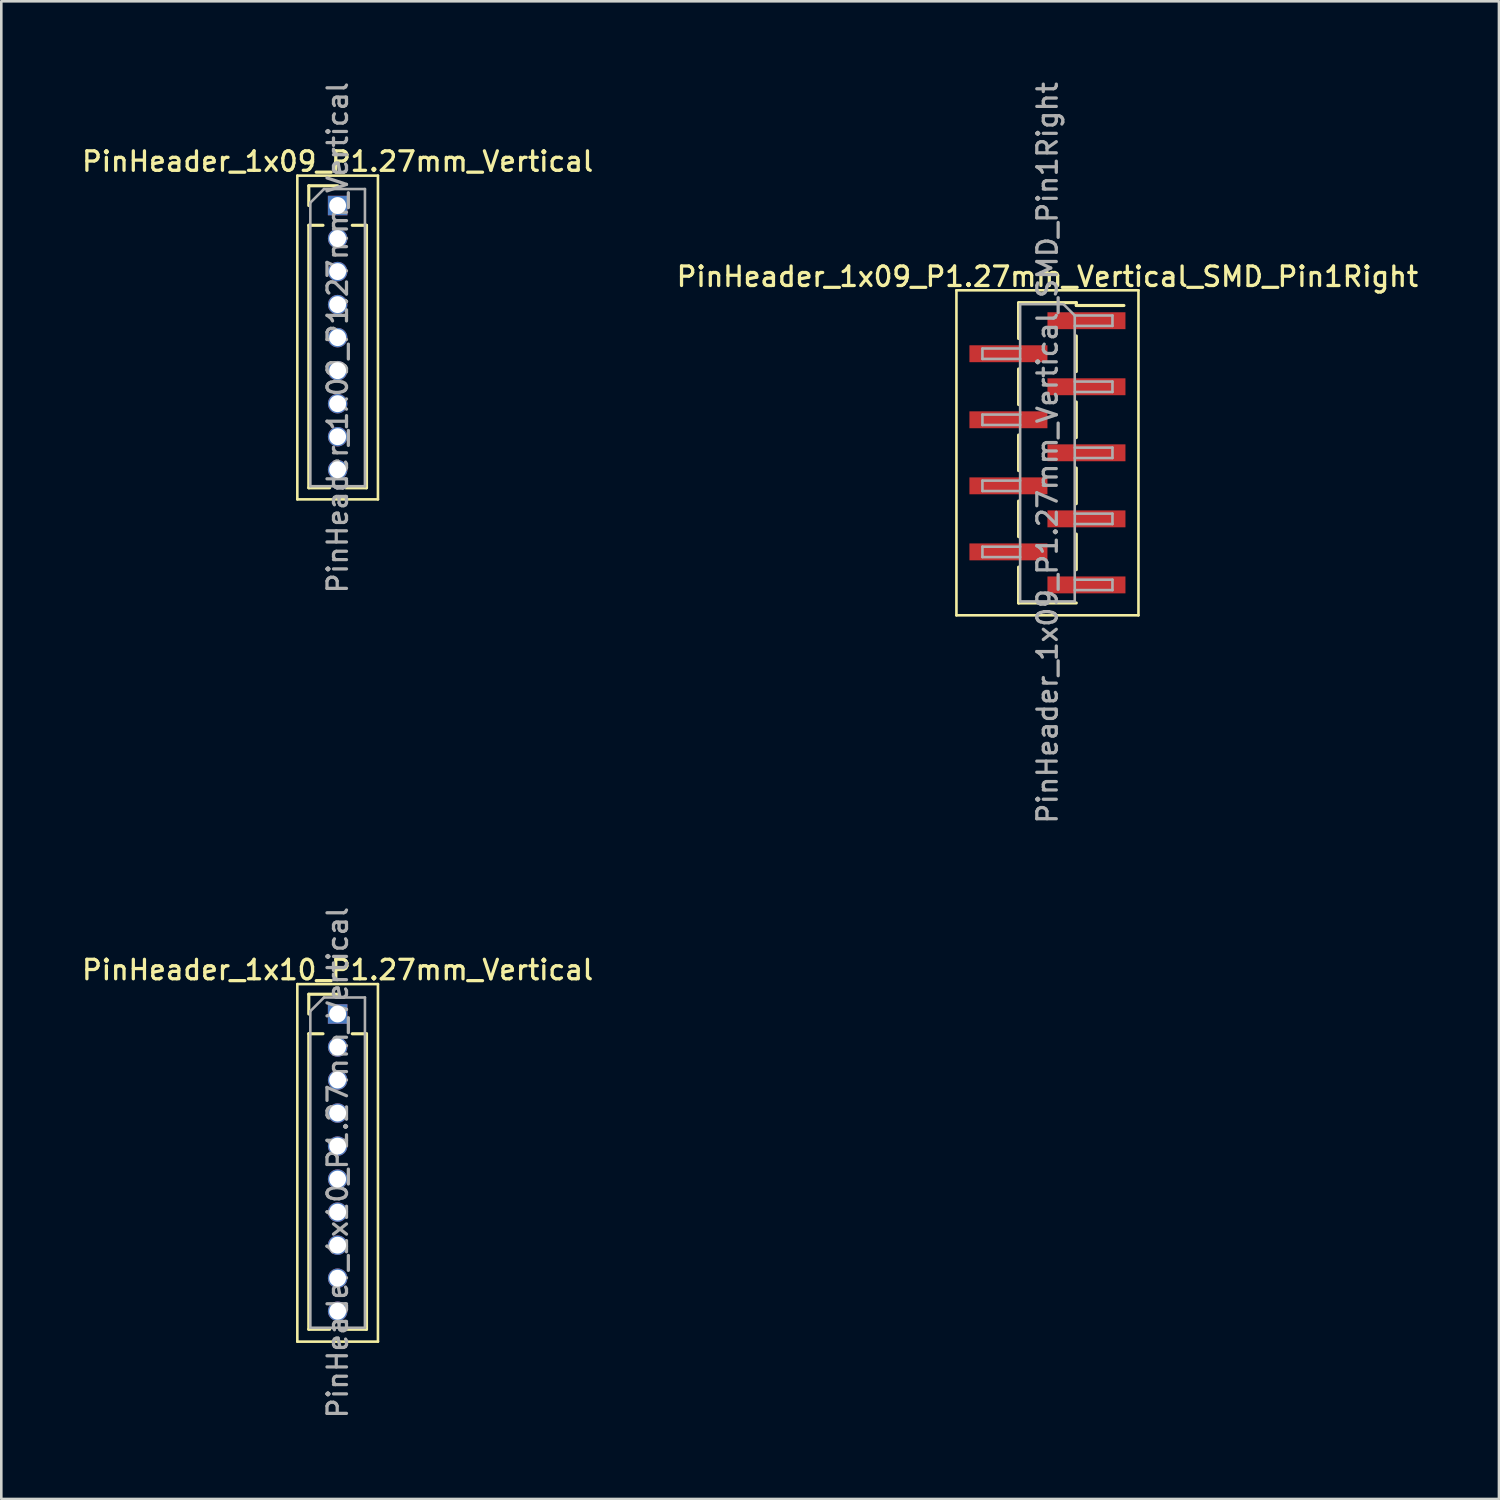
<source format=kicad_pcb>
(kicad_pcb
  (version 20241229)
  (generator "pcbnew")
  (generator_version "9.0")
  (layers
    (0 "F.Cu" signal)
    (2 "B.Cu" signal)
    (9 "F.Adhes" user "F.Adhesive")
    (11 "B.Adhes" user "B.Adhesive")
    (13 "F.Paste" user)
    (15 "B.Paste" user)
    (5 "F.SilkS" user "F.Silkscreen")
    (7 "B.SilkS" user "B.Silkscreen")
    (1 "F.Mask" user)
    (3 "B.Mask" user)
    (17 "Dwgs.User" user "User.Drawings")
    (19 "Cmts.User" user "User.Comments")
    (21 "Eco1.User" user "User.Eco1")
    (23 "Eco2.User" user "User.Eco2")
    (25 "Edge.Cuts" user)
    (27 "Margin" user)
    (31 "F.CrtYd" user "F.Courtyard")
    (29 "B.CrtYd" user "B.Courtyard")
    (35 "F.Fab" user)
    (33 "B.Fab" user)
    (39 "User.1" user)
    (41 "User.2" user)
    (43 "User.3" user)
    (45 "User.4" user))
  (footprint "PinHeader_1x10_P1.27mm_Vertical"
    (layer "F.Cu")
    (at 9.934 35.944)
    (property "Reference" "PinHeader_1x10_P1.27mm_Vertical" (at 0 -1.695 0) (layer "F.SilkS") (effects (font (size 0.75 0.75) (thickness 0.125))))
    (attr through_hole)
    (fp_line (start -1.55 -1.15) (end -1.55 12.6) (stroke (width 0.1) (type solid)) (layer "F.SilkS"))
    (fp_line (start -1.55 12.6) (end 1.55 12.6) (stroke (width 0.1) (type solid)) (layer "F.SilkS"))
    (fp_line (start -1.11 -0.76) (end 0 -0.76) (stroke (width 0.12) (type solid)) (layer "F.SilkS"))
    (fp_line (start -1.11 0) (end -1.11 -0.76) (stroke (width 0.12) (type solid)) (layer "F.SilkS"))
    (fp_line (start -1.11 0.76) (end -1.11 12.125) (stroke (width 0.12) (type solid)) (layer "F.SilkS"))
    (fp_line (start -1.11 0.76) (end -0.563 0.76) (stroke (width 0.12) (type solid)) (layer "F.SilkS"))
    (fp_line (start -1.11 12.125) (end -0.308 12.125) (stroke (width 0.12) (type solid)) (layer "F.SilkS"))
    (fp_line (start 0.308 12.125) (end 1.11 12.125) (stroke (width 0.12) (type solid)) (layer "F.SilkS"))
    (fp_line (start 0.563 0.76) (end 1.11 0.76) (stroke (width 0.12) (type solid)) (layer "F.SilkS"))
    (fp_line (start 1.11 0.76) (end 1.11 12.125) (stroke (width 0.12) (type solid)) (layer "F.SilkS"))
    (fp_line (start 1.55 -1.15) (end -1.55 -1.15) (stroke (width 0.1) (type solid)) (layer "F.SilkS"))
    (fp_line (start 1.55 12.6) (end 1.55 -1.15) (stroke (width 0.1) (type solid)) (layer "F.SilkS"))
    (fp_line (start -1.05 -0.11) (end -0.525 -0.635) (stroke (width 0.1) (type solid)) (layer "F.Fab"))
    (fp_line (start -1.05 12.065) (end -1.05 -0.11) (stroke (width 0.1) (type solid)) (layer "F.Fab"))
    (fp_line (start -0.525 -0.635) (end 1.05 -0.635) (stroke (width 0.1) (type solid)) (layer "F.Fab"))
    (fp_line (start 1.05 -0.635) (end 1.05 12.065) (stroke (width 0.1) (type solid)) (layer "F.Fab"))
    (fp_line (start 1.05 12.065) (end -1.05 12.065) (stroke (width 0.1) (type solid)) (layer "F.Fab"))
    (fp_text user "${REFERENCE}" (at 0 5.715 90) (layer "F.Fab") (effects (font (size 0.75 0.75) (thickness 0.125))))
    (pad "1" thru_hole rect (at 0 0) (size 0.75 0.75) (drill 0.65) (layers "*.Cu" "*.Mask"))
    (pad "2" thru_hole oval (at 0 1.27) (size 0.75 0.75) (drill 0.65) (layers "*.Cu" "*.Mask"))
    (pad "3" thru_hole oval (at 0 2.54) (size 0.75 0.75) (drill 0.65) (layers "*.Cu" "*.Mask"))
    (pad "4" thru_hole oval (at 0 3.81) (size 0.75 0.75) (drill 0.65) (layers "*.Cu" "*.Mask"))
    (pad "5" thru_hole oval (at 0 5.08) (size 0.75 0.75) (drill 0.65) (layers "*.Cu" "*.Mask"))
    (pad "6" thru_hole oval (at 0 6.35) (size 0.75 0.75) (drill 0.65) (layers "*.Cu" "*.Mask"))
    (pad "7" thru_hole oval (at 0 7.62) (size 0.75 0.75) (drill 0.65) (layers "*.Cu" "*.Mask"))
    (pad "8" thru_hole oval (at 0 8.89) (size 0.75 0.75) (drill 0.65) (layers "*.Cu" "*.Mask"))
    (pad "9" thru_hole oval (at 0 10.16) (size 0.75 0.75) (drill 0.65) (layers "*.Cu" "*.Mask"))
    (pad "10" thru_hole oval (at 0 11.43) (size 0.75 0.75) (drill 0.65) (layers "*.Cu" "*.Mask")))
  (footprint "PinHeader_1x09_P1.27mm_Vertical"
    (layer "F.Cu")
    (at 9.934 4.854)
    (property "Reference" "PinHeader_1x09_P1.27mm_Vertical" (at 0 -1.695 0) (layer "F.SilkS") (effects (font (size 0.75 0.75) (thickness 0.125))))
    (attr through_hole)
    (fp_line (start -1.55 -1.15) (end -1.55 11.3) (stroke (width 0.1) (type solid)) (layer "F.SilkS"))
    (fp_line (start -1.55 11.3) (end 1.55 11.3) (stroke (width 0.1) (type solid)) (layer "F.SilkS"))
    (fp_line (start -1.11 -0.76) (end 0 -0.76) (stroke (width 0.12) (type solid)) (layer "F.SilkS"))
    (fp_line (start -1.11 0) (end -1.11 -0.76) (stroke (width 0.12) (type solid)) (layer "F.SilkS"))
    (fp_line (start -1.11 0.76) (end -1.11 10.855) (stroke (width 0.12) (type solid)) (layer "F.SilkS"))
    (fp_line (start -1.11 0.76) (end -0.563 0.76) (stroke (width 0.12) (type solid)) (layer "F.SilkS"))
    (fp_line (start -1.11 10.855) (end -0.308 10.855) (stroke (width 0.12) (type solid)) (layer "F.SilkS"))
    (fp_line (start 0.308 10.855) (end 1.11 10.855) (stroke (width 0.12) (type solid)) (layer "F.SilkS"))
    (fp_line (start 0.563 0.76) (end 1.11 0.76) (stroke (width 0.12) (type solid)) (layer "F.SilkS"))
    (fp_line (start 1.11 0.76) (end 1.11 10.855) (stroke (width 0.12) (type solid)) (layer "F.SilkS"))
    (fp_line (start 1.55 -1.15) (end -1.55 -1.15) (stroke (width 0.1) (type solid)) (layer "F.SilkS"))
    (fp_line (start 1.55 11.3) (end 1.55 -1.15) (stroke (width 0.1) (type solid)) (layer "F.SilkS"))
    (fp_line (start -1.05 -0.11) (end -0.525 -0.635) (stroke (width 0.1) (type solid)) (layer "F.Fab"))
    (fp_line (start -1.05 10.795) (end -1.05 -0.11) (stroke (width 0.1) (type solid)) (layer "F.Fab"))
    (fp_line (start -0.525 -0.635) (end 1.05 -0.635) (stroke (width 0.1) (type solid)) (layer "F.Fab"))
    (fp_line (start 1.05 -0.635) (end 1.05 10.795) (stroke (width 0.1) (type solid)) (layer "F.Fab"))
    (fp_line (start 1.05 10.795) (end -1.05 10.795) (stroke (width 0.1) (type solid)) (layer "F.Fab"))
    (fp_text user "${REFERENCE}" (at 0 5.08 90) (layer "F.Fab") (effects (font (size 0.75 0.75) (thickness 0.125))))
    (pad "1" thru_hole rect (at 0 0) (size 0.75 0.75) (drill 0.65) (layers "*.Cu" "*.Mask"))
    (pad "2" thru_hole oval (at 0 1.27) (size 0.75 0.75) (drill 0.65) (layers "*.Cu" "*.Mask"))
    (pad "3" thru_hole oval (at 0 2.54) (size 0.75 0.75) (drill 0.65) (layers "*.Cu" "*.Mask"))
    (pad "4" thru_hole oval (at 0 3.81) (size 0.75 0.75) (drill 0.65) (layers "*.Cu" "*.Mask"))
    (pad "5" thru_hole oval (at 0 5.08) (size 0.75 0.75) (drill 0.65) (layers "*.Cu" "*.Mask"))
    (pad "6" thru_hole oval (at 0 6.35) (size 0.75 0.75) (drill 0.65) (layers "*.Cu" "*.Mask"))
    (pad "7" thru_hole oval (at 0 7.62) (size 0.75 0.75) (drill 0.65) (layers "*.Cu" "*.Mask"))
    (pad "8" thru_hole oval (at 0 8.89) (size 0.75 0.75) (drill 0.65) (layers "*.Cu" "*.Mask"))
    (pad "9" thru_hole oval (at 0 10.16) (size 0.75 0.75) (drill 0.65) (layers "*.Cu" "*.Mask")))
  (footprint "PinHeader_1x09_P1.27mm_Vertical_SMD_Pin1Right"
    (layer "F.Cu")
    (at 37.23 14.363)
    (property "Reference" "PinHeader_1x09_P1.27mm_Vertical_SMD_Pin1Right" (at 0 -6.775 0) (layer "F.SilkS") (effects (font (size 0.75 0.75) (thickness 0.125))))
    (attr smd)
    (fp_line (start -3.5 -6.25) (end -3.5 6.25) (stroke (width 0.1) (type solid)) (layer "F.SilkS"))
    (fp_line (start -3.5 6.25) (end 3.5 6.25) (stroke (width 0.1) (type solid)) (layer "F.SilkS"))
    (fp_line (start -1.11 -5.775) (end 1.11 -5.775) (stroke (width 0.12) (type solid)) (layer "F.SilkS"))
    (fp_line (start -1.11 -5.765) (end -1.11 -4.395) (stroke (width 0.12) (type solid)) (layer "F.SilkS"))
    (fp_line (start -1.11 -3.225) (end -1.11 -1.855) (stroke (width 0.12) (type solid)) (layer "F.SilkS"))
    (fp_line (start -1.11 -0.685) (end -1.11 0.685) (stroke (width 0.12) (type solid)) (layer "F.SilkS"))
    (fp_line (start -1.11 1.855) (end -1.11 3.225) (stroke (width 0.12) (type solid)) (layer "F.SilkS"))
    (fp_line (start -1.11 4.395) (end -1.11 5.765) (stroke (width 0.12) (type solid)) (layer "F.SilkS"))
    (fp_line (start -1.11 5.665) (end -1.11 5.775) (stroke (width 0.12) (type solid)) (layer "F.SilkS"))
    (fp_line (start -1.11 5.775) (end 1.11 5.775) (stroke (width 0.12) (type solid)) (layer "F.SilkS"))
    (fp_line (start 1.11 -5.775) (end 1.11 -5.665) (stroke (width 0.12) (type solid)) (layer "F.SilkS"))
    (fp_line (start 1.11 -5.665) (end 2.94 -5.665) (stroke (width 0.12) (type solid)) (layer "F.SilkS"))
    (fp_line (start 1.11 -4.495) (end 1.11 -3.125) (stroke (width 0.12) (type solid)) (layer "F.SilkS"))
    (fp_line (start 1.11 -1.955) (end 1.11 -0.585) (stroke (width 0.12) (type solid)) (layer "F.SilkS"))
    (fp_line (start 1.11 0.585) (end 1.11 1.955) (stroke (width 0.12) (type solid)) (layer "F.SilkS"))
    (fp_line (start 1.11 3.125) (end 1.11 4.495) (stroke (width 0.12) (type solid)) (layer "F.SilkS"))
    (fp_line (start 3.5 -6.25) (end -3.5 -6.25) (stroke (width 0.1) (type solid)) (layer "F.SilkS"))
    (fp_line (start 3.5 6.25) (end 3.5 -6.25) (stroke (width 0.1) (type solid)) (layer "F.SilkS"))
    (fp_line (start -2.5 -4.01) (end -2.5 -3.61) (stroke (width 0.1) (type solid)) (layer "F.Fab"))
    (fp_line (start -2.5 -3.61) (end -1.05 -3.61) (stroke (width 0.1) (type solid)) (layer "F.Fab"))
    (fp_line (start -2.5 -1.47) (end -2.5 -1.07) (stroke (width 0.1) (type solid)) (layer "F.Fab"))
    (fp_line (start -2.5 -1.07) (end -1.05 -1.07) (stroke (width 0.1) (type solid)) (layer "F.Fab"))
    (fp_line (start -2.5 1.07) (end -2.5 1.47) (stroke (width 0.1) (type solid)) (layer "F.Fab"))
    (fp_line (start -2.5 1.47) (end -1.05 1.47) (stroke (width 0.1) (type solid)) (layer "F.Fab"))
    (fp_line (start -2.5 3.61) (end -2.5 4.01) (stroke (width 0.1) (type solid)) (layer "F.Fab"))
    (fp_line (start -2.5 4.01) (end -1.05 4.01) (stroke (width 0.1) (type solid)) (layer "F.Fab"))
    (fp_line (start -1.05 -5.715) (end -1.05 5.715) (stroke (width 0.1) (type solid)) (layer "F.Fab"))
    (fp_line (start -1.05 -5.715) (end 0.615 -5.715) (stroke (width 0.1) (type solid)) (layer "F.Fab"))
    (fp_line (start -1.05 -4.01) (end -2.5 -4.01) (stroke (width 0.1) (type solid)) (layer "F.Fab"))
    (fp_line (start -1.05 -1.47) (end -2.5 -1.47) (stroke (width 0.1) (type solid)) (layer "F.Fab"))
    (fp_line (start -1.05 1.07) (end -2.5 1.07) (stroke (width 0.1) (type solid)) (layer "F.Fab"))
    (fp_line (start -1.05 3.61) (end -2.5 3.61) (stroke (width 0.1) (type solid)) (layer "F.Fab"))
    (fp_line (start 1.05 -5.28) (end 0.615 -5.715) (stroke (width 0.1) (type solid)) (layer "F.Fab"))
    (fp_line (start 1.05 -5.28) (end 2.5 -5.28) (stroke (width 0.1) (type solid)) (layer "F.Fab"))
    (fp_line (start 1.05 -2.74) (end 2.5 -2.74) (stroke (width 0.1) (type solid)) (layer "F.Fab"))
    (fp_line (start 1.05 -0.2) (end 2.5 -0.2) (stroke (width 0.1) (type solid)) (layer "F.Fab"))
    (fp_line (start 1.05 2.34) (end 2.5 2.34) (stroke (width 0.1) (type solid)) (layer "F.Fab"))
    (fp_line (start 1.05 4.88) (end 2.5 4.88) (stroke (width 0.1) (type solid)) (layer "F.Fab"))
    (fp_line (start 1.05 5.715) (end -1.05 5.715) (stroke (width 0.1) (type solid)) (layer "F.Fab"))
    (fp_line (start 1.05 5.715) (end 1.05 -5.28) (stroke (width 0.1) (type solid)) (layer "F.Fab"))
    (fp_line (start 2.5 -5.28) (end 2.5 -4.88) (stroke (width 0.1) (type solid)) (layer "F.Fab"))
    (fp_line (start 2.5 -4.88) (end 1.05 -4.88) (stroke (width 0.1) (type solid)) (layer "F.Fab"))
    (fp_line (start 2.5 -2.74) (end 2.5 -2.34) (stroke (width 0.1) (type solid)) (layer "F.Fab"))
    (fp_line (start 2.5 -2.34) (end 1.05 -2.34) (stroke (width 0.1) (type solid)) (layer "F.Fab"))
    (fp_line (start 2.5 -0.2) (end 2.5 0.2) (stroke (width 0.1) (type solid)) (layer "F.Fab"))
    (fp_line (start 2.5 0.2) (end 1.05 0.2) (stroke (width 0.1) (type solid)) (layer "F.Fab"))
    (fp_line (start 2.5 2.34) (end 2.5 2.74) (stroke (width 0.1) (type solid)) (layer "F.Fab"))
    (fp_line (start 2.5 2.74) (end 1.05 2.74) (stroke (width 0.1) (type solid)) (layer "F.Fab"))
    (fp_line (start 2.5 4.88) (end 2.5 5.28) (stroke (width 0.1) (type solid)) (layer "F.Fab"))
    (fp_line (start 2.5 5.28) (end 1.05 5.28) (stroke (width 0.1) (type solid)) (layer "F.Fab"))
    (fp_text user "${REFERENCE}" (at 0 0 90) (layer "F.Fab") (effects (font (size 0.75 0.75) (thickness 0.125))))
    (pad "1" smd rect (at 1.5 -5.08) (size 3 0.65) (layers "F.Cu" "F.Mask" "F.Paste"))
    (pad "2" smd rect (at -1.5 -3.81) (size 3 0.65) (layers "F.Cu" "F.Mask" "F.Paste"))
    (pad "3" smd rect (at 1.5 -2.54) (size 3 0.65) (layers "F.Cu" "F.Mask" "F.Paste"))
    (pad "4" smd rect (at -1.5 -1.27) (size 3 0.65) (layers "F.Cu" "F.Mask" "F.Paste"))
    (pad "5" smd rect (at 1.5 0) (size 3 0.65) (layers "F.Cu" "F.Mask" "F.Paste"))
    (pad "6" smd rect (at -1.5 1.27) (size 3 0.65) (layers "F.Cu" "F.Mask" "F.Paste"))
    (pad "7" smd rect (at 1.5 2.54) (size 3 0.65) (layers "F.Cu" "F.Mask" "F.Paste"))
    (pad "8" smd rect (at -1.5 3.81) (size 3 0.65) (layers "F.Cu" "F.Mask" "F.Paste"))
    (pad "9" smd rect (at 1.5 5.08) (size 3 0.65) (layers "F.Cu" "F.Mask" "F.Paste")))
  (gr_rect
    (start -3 -3)
    (end 54.593 54.593)
    (stroke (width 0.1) (type default))
    (fill no)
    (layer "Edge.Cuts")))
</source>
